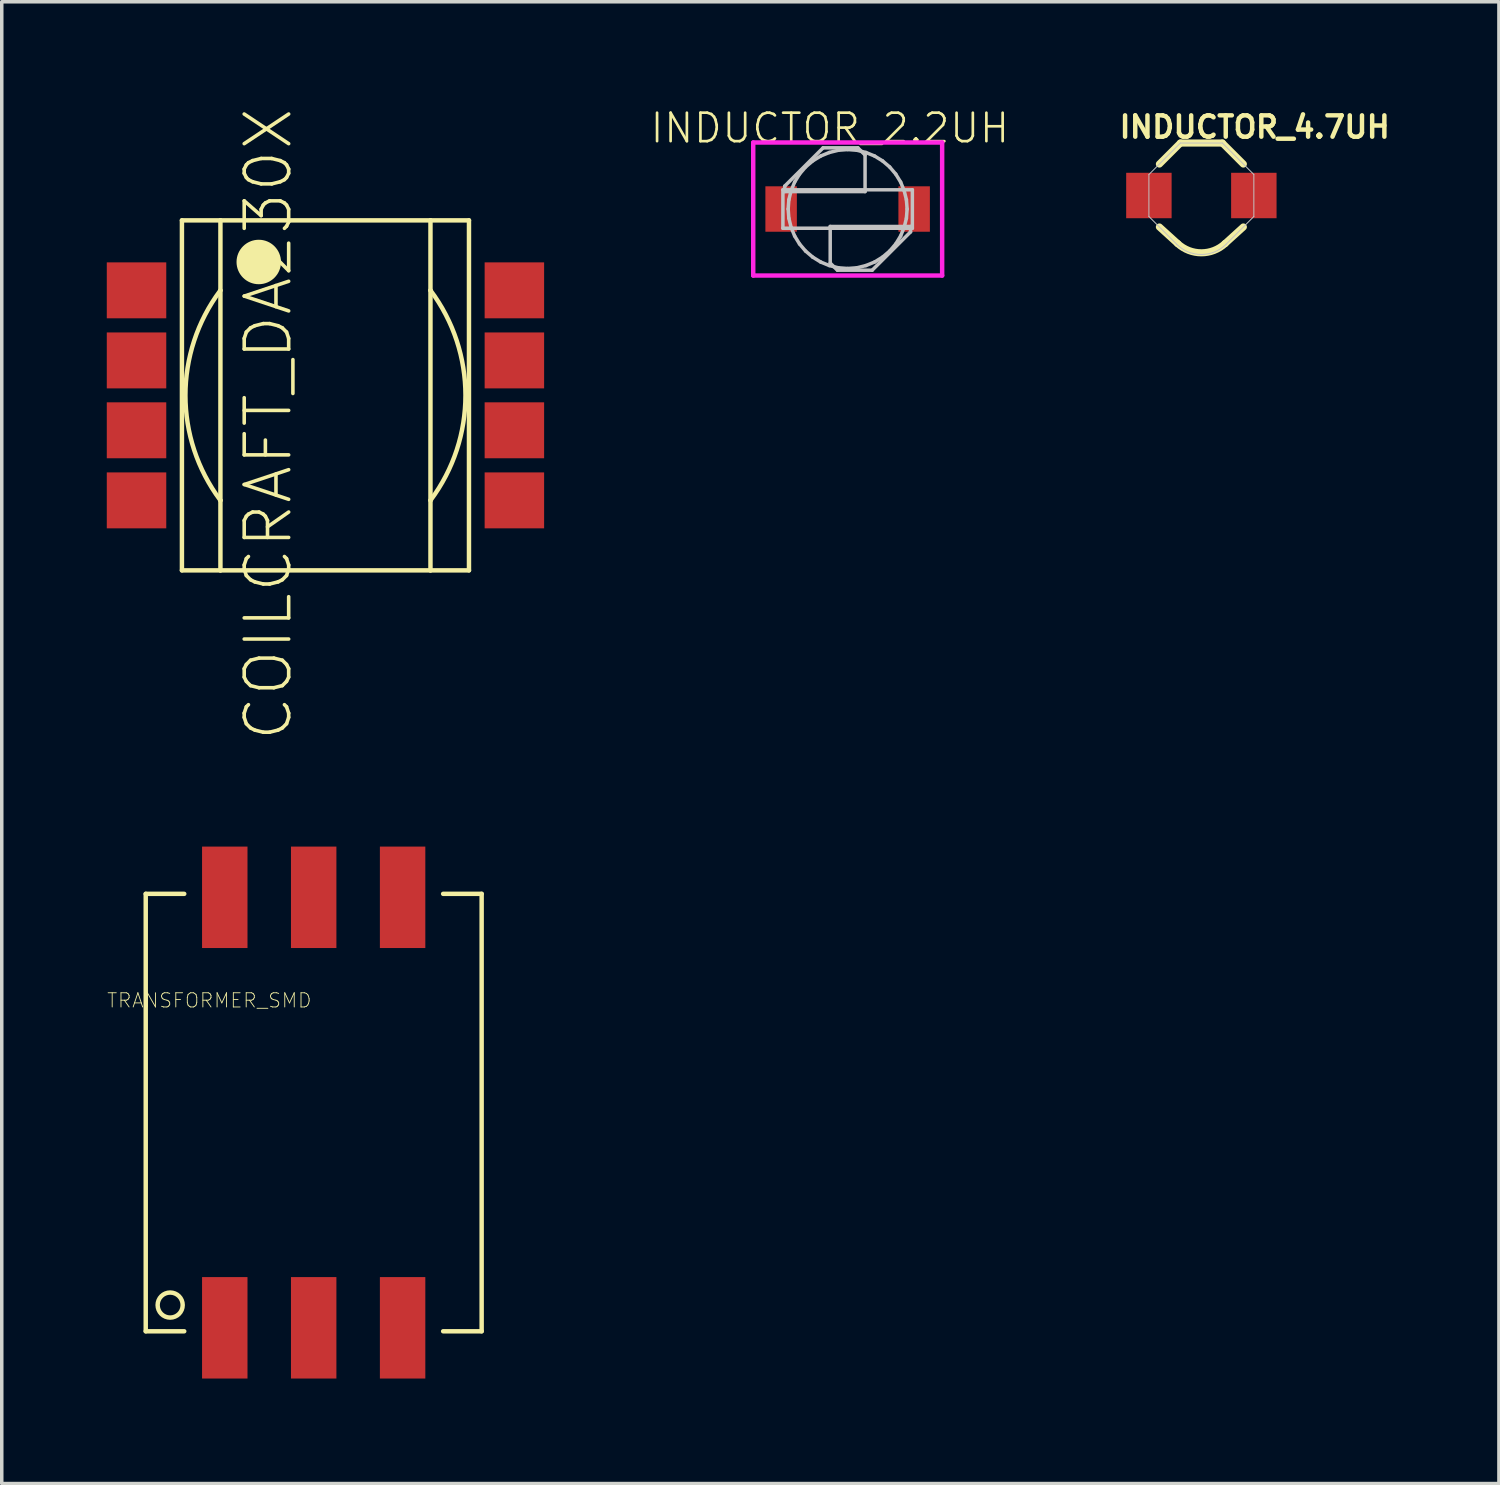
<source format=kicad_pcb>
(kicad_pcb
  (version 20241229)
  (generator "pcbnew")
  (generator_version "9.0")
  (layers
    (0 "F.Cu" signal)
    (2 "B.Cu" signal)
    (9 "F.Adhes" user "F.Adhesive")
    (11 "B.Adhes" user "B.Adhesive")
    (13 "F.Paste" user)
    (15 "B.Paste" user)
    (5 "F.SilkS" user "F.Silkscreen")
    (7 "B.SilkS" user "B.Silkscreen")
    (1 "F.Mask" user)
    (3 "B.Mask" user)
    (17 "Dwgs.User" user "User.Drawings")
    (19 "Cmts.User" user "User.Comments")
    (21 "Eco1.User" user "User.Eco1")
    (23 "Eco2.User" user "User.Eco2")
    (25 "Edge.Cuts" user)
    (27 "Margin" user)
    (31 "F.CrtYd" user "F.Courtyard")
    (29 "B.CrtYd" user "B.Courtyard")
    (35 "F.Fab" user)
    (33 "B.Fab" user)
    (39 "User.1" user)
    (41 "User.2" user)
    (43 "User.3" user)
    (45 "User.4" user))
  (footprint "COILCRAFT_DA230X"
    (layer "F.Cu")
    (at 6.247 8.244)
    (property "Reference" "COILCRAFT_DA230X" (at -1.633 0.823 90) (layer "F.SilkS") (effects (font (size 1.27 1.27) (thickness 0.102))))
    (attr smd)
    (fp_line (start -4.1 -4.999) (end -4.1 4.999) (stroke (width 0.127) (type solid)) (layer "F.SilkS"))
    (fp_line (start -4.1 -4.999) (end -3 -4.999) (stroke (width 0.127) (type solid)) (layer "F.SilkS"))
    (fp_line (start -4.1 4.999) (end -3 4.999) (stroke (width 0.127) (type solid)) (layer "F.SilkS"))
    (fp_line (start -3 -4.999) (end -3 -3) (stroke (width 0.127) (type solid)) (layer "F.SilkS"))
    (fp_line (start -3 -4.999) (end 3 -4.999) (stroke (width 0.127) (type solid)) (layer "F.SilkS"))
    (fp_line (start -3 -3) (end -3 3) (stroke (width 0.127) (type solid)) (layer "F.SilkS"))
    (fp_line (start -3 3) (end -3 4.999) (stroke (width 0.127) (type solid)) (layer "F.SilkS"))
    (fp_line (start -3 4.999) (end 3 4.999) (stroke (width 0.127) (type solid)) (layer "F.SilkS"))
    (fp_line (start 3 -4.999) (end 3 -3) (stroke (width 0.127) (type solid)) (layer "F.SilkS"))
    (fp_line (start 3 -4.999) (end 4.1 -4.999) (stroke (width 0.127) (type solid)) (layer "F.SilkS"))
    (fp_line (start 3 -3) (end 3 3) (stroke (width 0.127) (type solid)) (layer "F.SilkS"))
    (fp_line (start 3 3) (end 3 4.999) (stroke (width 0.127) (type solid)) (layer "F.SilkS"))
    (fp_line (start 3 4.999) (end 4.1 4.999) (stroke (width 0.127) (type solid)) (layer "F.SilkS"))
    (fp_line (start 4.1 -4.999) (end 4.1 4.999) (stroke (width 0.127) (type solid)) (layer "F.SilkS"))
    (fp_arc (start -2.99974 2.99974) (mid -3.999991 0.002752) (end -3.003041 -2.995336) (stroke (width 0.127) (type solid)) (layer "F.SilkS"))
    (fp_arc (start 2.99974 -2.99974) (mid 3.999991 -0.002752) (end 3.003041 2.995336) (stroke (width 0.127) (type solid)) (layer "F.SilkS"))
    (fp_circle (center -1.905 -3.81) (end -1.905 -4.445) (stroke (width 0) (type solid)) (fill yes) (layer "F.SilkS"))
    (pad "P$1" smd rect (at -5.397 -3) (size 1.699 1.598) (layers "F.Cu" "F.Mask" "F.Paste"))
    (pad "P$2" smd rect (at -5.397 -0.998) (size 1.699 1.598) (layers "F.Cu" "F.Mask" "F.Paste"))
    (pad "P$3" smd rect (at -5.397 0.998) (size 1.699 1.598) (layers "F.Cu" "F.Mask" "F.Paste"))
    (pad "P$4" smd rect (at -5.397 3) (size 1.699 1.598) (layers "F.Cu" "F.Mask" "F.Paste"))
    (pad "P$5" smd rect (at 5.397 3) (size 1.699 1.598) (layers "F.Cu" "F.Mask" "F.Paste"))
    (pad "P$6" smd rect (at 5.397 0.998) (size 1.699 1.598) (layers "F.Cu" "F.Mask" "F.Paste"))
    (pad "P$7" smd rect (at 5.397 -0.998) (size 1.699 1.598) (layers "F.Cu" "F.Mask" "F.Paste"))
    (pad "P$8" smd rect (at 5.397 -3) (size 1.699 1.598) (layers "F.Cu" "F.Mask" "F.Paste")))
  (footprint "INDUCTOR_2.2UH"
    (layer "F.Cu")
    (at 21.164 2.921)
    (property "Reference" "INDUCTOR_2.2UH" (at -0.508 -2.311 0) (layer "F.SilkS") (effects (font (size 0.813 0.813) (thickness 0.076))))
    (attr smd)
    (fp_line (start -1.849 -0.549) (end 1.849 -0.549) (stroke (width 0.1) (type solid)) (layer "Dwgs.User"))
    (fp_line (start -1.849 0.549) (end -1.849 -0.549) (stroke (width 0.1) (type solid)) (layer "Dwgs.User"))
    (fp_line (start -1.798 -0.653) (end -0.701 -1.748) (stroke (width 0.1) (type solid)) (layer "Dwgs.User"))
    (fp_line (start -1.798 -0.498) (end -1.798 -0.653) (stroke (width 0.1) (type solid)) (layer "Dwgs.User"))
    (fp_line (start -1.699 0) (end -1.679 -0.264) (stroke (width 0.1) (type solid)) (layer "Dwgs.User"))
    (fp_line (start -1.679 -0.264) (end -1.615 -0.523) (stroke (width 0.1) (type solid)) (layer "Dwgs.User"))
    (fp_line (start -1.679 0.264) (end -1.699 0) (stroke (width 0.1) (type solid)) (layer "Dwgs.User"))
    (fp_line (start -1.615 -0.523) (end -1.514 -0.77) (stroke (width 0.1) (type solid)) (layer "Dwgs.User"))
    (fp_line (start -1.615 0.523) (end -1.679 0.264) (stroke (width 0.1) (type solid)) (layer "Dwgs.User"))
    (fp_line (start -1.514 -0.77) (end -1.374 -0.998) (stroke (width 0.1) (type solid)) (layer "Dwgs.User"))
    (fp_line (start -1.514 0.77) (end -1.615 0.523) (stroke (width 0.1) (type solid)) (layer "Dwgs.User"))
    (fp_line (start -1.374 -0.998) (end -1.201 -1.201) (stroke (width 0.1) (type solid)) (layer "Dwgs.User"))
    (fp_line (start -1.374 0.998) (end -1.514 0.77) (stroke (width 0.1) (type solid)) (layer "Dwgs.User"))
    (fp_line (start -1.201 -1.201) (end -0.998 -1.374) (stroke (width 0.1) (type solid)) (layer "Dwgs.User"))
    (fp_line (start -1.201 1.201) (end -1.374 0.998) (stroke (width 0.1) (type solid)) (layer "Dwgs.User"))
    (fp_line (start -0.998 -1.374) (end -0.77 -1.514) (stroke (width 0.1) (type solid)) (layer "Dwgs.User"))
    (fp_line (start -0.998 1.374) (end -1.201 1.201) (stroke (width 0.1) (type solid)) (layer "Dwgs.User"))
    (fp_line (start -0.77 -1.514) (end -0.523 -1.615) (stroke (width 0.1) (type solid)) (layer "Dwgs.User"))
    (fp_line (start -0.77 1.514) (end -0.998 1.374) (stroke (width 0.1) (type solid)) (layer "Dwgs.User"))
    (fp_line (start -0.701 -1.748) (end 0.292 -1.748) (stroke (width 0.1) (type solid)) (layer "Dwgs.User"))
    (fp_line (start -0.523 -1.615) (end -0.264 -1.679) (stroke (width 0.1) (type solid)) (layer "Dwgs.User"))
    (fp_line (start -0.523 1.615) (end -0.77 1.514) (stroke (width 0.1) (type solid)) (layer "Dwgs.User"))
    (fp_line (start -0.498 0.498) (end 1.798 0.498) (stroke (width 0.1) (type solid)) (layer "Dwgs.User"))
    (fp_line (start -0.498 1.544) (end -0.498 0.498) (stroke (width 0.1) (type solid)) (layer "Dwgs.User"))
    (fp_line (start -0.292 1.748) (end -0.498 1.544) (stroke (width 0.1) (type solid)) (layer "Dwgs.User"))
    (fp_line (start -0.264 -1.679) (end 0 -1.699) (stroke (width 0.1) (type solid)) (layer "Dwgs.User"))
    (fp_line (start -0.264 1.679) (end -0.523 1.615) (stroke (width 0.1) (type solid)) (layer "Dwgs.User"))
    (fp_line (start 0 -1.699) (end 0.264 -1.679) (stroke (width 0.1) (type solid)) (layer "Dwgs.User"))
    (fp_line (start 0 1.699) (end -0.264 1.679) (stroke (width 0.1) (type solid)) (layer "Dwgs.User"))
    (fp_line (start 0.264 -1.679) (end 0.523 -1.615) (stroke (width 0.1) (type solid)) (layer "Dwgs.User"))
    (fp_line (start 0.264 1.679) (end 0 1.699) (stroke (width 0.1) (type solid)) (layer "Dwgs.User"))
    (fp_line (start 0.292 -1.748) (end 0.498 -1.544) (stroke (width 0.1) (type solid)) (layer "Dwgs.User"))
    (fp_line (start 0.498 -1.544) (end 0.498 -0.498) (stroke (width 0.1) (type solid)) (layer "Dwgs.User"))
    (fp_line (start 0.498 -0.498) (end -1.798 -0.498) (stroke (width 0.1) (type solid)) (layer "Dwgs.User"))
    (fp_line (start 0.523 -1.615) (end 0.77 -1.514) (stroke (width 0.1) (type solid)) (layer "Dwgs.User"))
    (fp_line (start 0.523 1.615) (end 0.264 1.679) (stroke (width 0.1) (type solid)) (layer "Dwgs.User"))
    (fp_line (start 0.701 1.748) (end -0.292 1.748) (stroke (width 0.1) (type solid)) (layer "Dwgs.User"))
    (fp_line (start 0.77 -1.514) (end 0.998 -1.374) (stroke (width 0.1) (type solid)) (layer "Dwgs.User"))
    (fp_line (start 0.77 1.514) (end 0.523 1.615) (stroke (width 0.1) (type solid)) (layer "Dwgs.User"))
    (fp_line (start 0.998 -1.374) (end 1.201 -1.201) (stroke (width 0.1) (type solid)) (layer "Dwgs.User"))
    (fp_line (start 0.998 1.374) (end 0.77 1.514) (stroke (width 0.1) (type solid)) (layer "Dwgs.User"))
    (fp_line (start 1.201 -1.201) (end 1.374 -0.998) (stroke (width 0.1) (type solid)) (layer "Dwgs.User"))
    (fp_line (start 1.201 1.201) (end 0.998 1.374) (stroke (width 0.1) (type solid)) (layer "Dwgs.User"))
    (fp_line (start 1.374 -0.998) (end 1.514 -0.77) (stroke (width 0.1) (type solid)) (layer "Dwgs.User"))
    (fp_line (start 1.374 0.998) (end 1.201 1.201) (stroke (width 0.1) (type solid)) (layer "Dwgs.User"))
    (fp_line (start 1.514 -0.77) (end 1.615 -0.523) (stroke (width 0.1) (type solid)) (layer "Dwgs.User"))
    (fp_line (start 1.514 0.77) (end 1.374 0.998) (stroke (width 0.1) (type solid)) (layer "Dwgs.User"))
    (fp_line (start 1.615 -0.523) (end 1.679 -0.264) (stroke (width 0.1) (type solid)) (layer "Dwgs.User"))
    (fp_line (start 1.615 0.523) (end 1.514 0.77) (stroke (width 0.1) (type solid)) (layer "Dwgs.User"))
    (fp_line (start 1.679 -0.264) (end 1.699 0) (stroke (width 0.1) (type solid)) (layer "Dwgs.User"))
    (fp_line (start 1.679 0.264) (end 1.615 0.523) (stroke (width 0.1) (type solid)) (layer "Dwgs.User"))
    (fp_line (start 1.699 0) (end 1.679 0.264) (stroke (width 0.1) (type solid)) (layer "Dwgs.User"))
    (fp_line (start 1.798 0.498) (end 1.798 0.653) (stroke (width 0.1) (type solid)) (layer "Dwgs.User"))
    (fp_line (start 1.798 0.653) (end 0.701 1.748) (stroke (width 0.1) (type solid)) (layer "Dwgs.User"))
    (fp_line (start 1.849 -0.549) (end 1.849 0.549) (stroke (width 0.1) (type solid)) (layer "Dwgs.User"))
    (fp_line (start 1.849 0.549) (end -1.849 0.549) (stroke (width 0.1) (type solid)) (layer "Dwgs.User"))
    (fp_line (start -2.697 -1.9) (end 2.7 -1.9) (stroke (width 0.127) (type solid)) (layer "F.CrtYd"))
    (fp_line (start -2.697 1.9) (end -2.697 -1.9) (stroke (width 0.127) (type solid)) (layer "F.CrtYd"))
    (fp_line (start 2.7 -1.9) (end 2.7 1.9) (stroke (width 0.127) (type solid)) (layer "F.CrtYd"))
    (fp_line (start 2.7 1.9) (end -2.697 1.9) (stroke (width 0.127) (type solid)) (layer "F.CrtYd"))
    (pad "P$1" smd rect (at -1.9 0 90) (size 1.298 0.899) (layers "F.Cu" "F.Mask" "F.Paste"))
    (pad "P$2" smd rect (at 1.9 0) (size 0.899 1.298) (layers "F.Cu" "F.Mask" "F.Paste")))
  (footprint "INDUCTOR_4.7UH"
    (layer "F.Cu")
    (at 31.269 2.535)
    (property "Reference" "INDUCTOR_4.7UH" (at 1.524 -1.956 0) (layer "F.SilkS") (effects (font (size 0.61 0.61) (thickness 0.127))))
    (attr smd)
    (fp_line (start -1.199 -0.899) (end -0.599 -1.499) (stroke (width 0.203) (type solid)) (layer "F.SilkS"))
    (fp_line (start -1.199 0.899) (end -0.678 1.372) (stroke (width 0.203) (type solid)) (layer "F.SilkS"))
    (fp_line (start -0.599 -1.499) (end 0.599 -1.499) (stroke (width 0.203) (type solid)) (layer "F.SilkS"))
    (fp_line (start 0.599 -1.499) (end 1.199 -0.899) (stroke (width 0.203) (type solid)) (layer "F.SilkS"))
    (fp_line (start 0.678 1.372) (end 1.199 0.899) (stroke (width 0.203) (type solid)) (layer "F.SilkS"))
    (fp_arc (start 0.67818 1.3716) (mid 0.000594 1.636926) (end -0.677306 1.372406) (stroke (width 0.2032) (type solid)) (layer "F.SilkS"))
    (fp_line (start -1.499 -0.599) (end -1.499 0.599) (stroke (width 0.028) (type solid)) (layer "Dwgs.User"))
    (fp_line (start -1.499 0.599) (end -0.706 1.392) (stroke (width 0.028) (type solid)) (layer "Dwgs.User"))
    (fp_line (start -0.599 -1.499) (end -1.499 -0.599) (stroke (width 0.028) (type solid)) (layer "Dwgs.User"))
    (fp_line (start 0.599 -1.499) (end -0.599 -1.499) (stroke (width 0.028) (type solid)) (layer "Dwgs.User"))
    (fp_line (start 0.706 1.392) (end 1.499 0.599) (stroke (width 0.028) (type solid)) (layer "Dwgs.User"))
    (fp_line (start 1.499 -0.599) (end 0.599 -1.499) (stroke (width 0.028) (type solid)) (layer "Dwgs.User"))
    (fp_line (start 1.499 0.599) (end 1.499 -0.599) (stroke (width 0.028) (type solid)) (layer "Dwgs.User"))
    (fp_arc (start 0.70612 1.39192) (mid 0 1.684404) (end -0.70612 1.39192) (stroke (width 0.02794) (type solid)) (layer "Dwgs.User"))
    (pad "P$1" smd rect (at -1.499 0 90) (size 1.298 1.298) (layers "F.Cu" "F.Mask" "F.Paste"))
    (pad "P$2" smd rect (at 1.499 0 90) (size 1.298 1.298) (layers "F.Cu" "F.Mask" "F.Paste")))
  (footprint "TRANSFORMER_SMD"
    (layer "F.Cu")
    (at 5.911 28.732)
    (property "Reference" "TRANSFORMER_SMD" (at -2.982 -3.203 0) (layer "F.SilkS") (effects (font (size 0.406 0.406) (thickness 0.025))))
    (attr smd)
    (fp_line (start -4.798 -6.248) (end -4.798 6.248) (stroke (width 0.127) (type solid)) (layer "F.SilkS"))
    (fp_line (start -4.798 -6.248) (end -3.698 -6.248) (stroke (width 0.127) (type solid)) (layer "F.SilkS"))
    (fp_line (start -4.798 6.248) (end -3.698 6.248) (stroke (width 0.127) (type solid)) (layer "F.SilkS"))
    (fp_line (start 3.698 -6.248) (end 4.798 -6.248) (stroke (width 0.127) (type solid)) (layer "F.SilkS"))
    (fp_line (start 3.698 6.248) (end 4.798 6.248) (stroke (width 0.127) (type solid)) (layer "F.SilkS"))
    (fp_line (start 4.798 6.248) (end 4.798 -6.248) (stroke (width 0.127) (type solid)) (layer "F.SilkS"))
    (fp_circle (center -4.1 5.499) (end -4.1 5.141) (stroke (width 0.127) (type solid)) (fill no) (layer "F.SilkS"))
    (pad "1" smd rect (at -2.54 6.149 90) (size 2.898 1.298) (layers "F.Cu" "F.Mask" "F.Paste"))
    (pad "2" smd rect (at 0 6.149 90) (size 2.898 1.298) (layers "F.Cu" "F.Mask" "F.Paste"))
    (pad "3" smd rect (at 2.54 6.149 90) (size 2.898 1.298) (layers "F.Cu" "F.Mask" "F.Paste"))
    (pad "4" smd rect (at 2.54 -6.149 90) (size 2.898 1.298) (layers "F.Cu" "F.Mask" "F.Paste"))
    (pad "5" smd rect (at 0 -6.149 90) (size 2.898 1.298) (layers "F.Cu" "F.Mask" "F.Paste"))
    (pad "6" smd rect (at -2.54 -6.149 90) (size 2.898 1.298) (layers "F.Cu" "F.Mask" "F.Paste")))
  (gr_rect
    (start -3 -3)
    (end 39.769 39.33)
    (stroke (width 0.1) (type default))
    (fill no)
    (layer "Edge.Cuts")))
</source>
